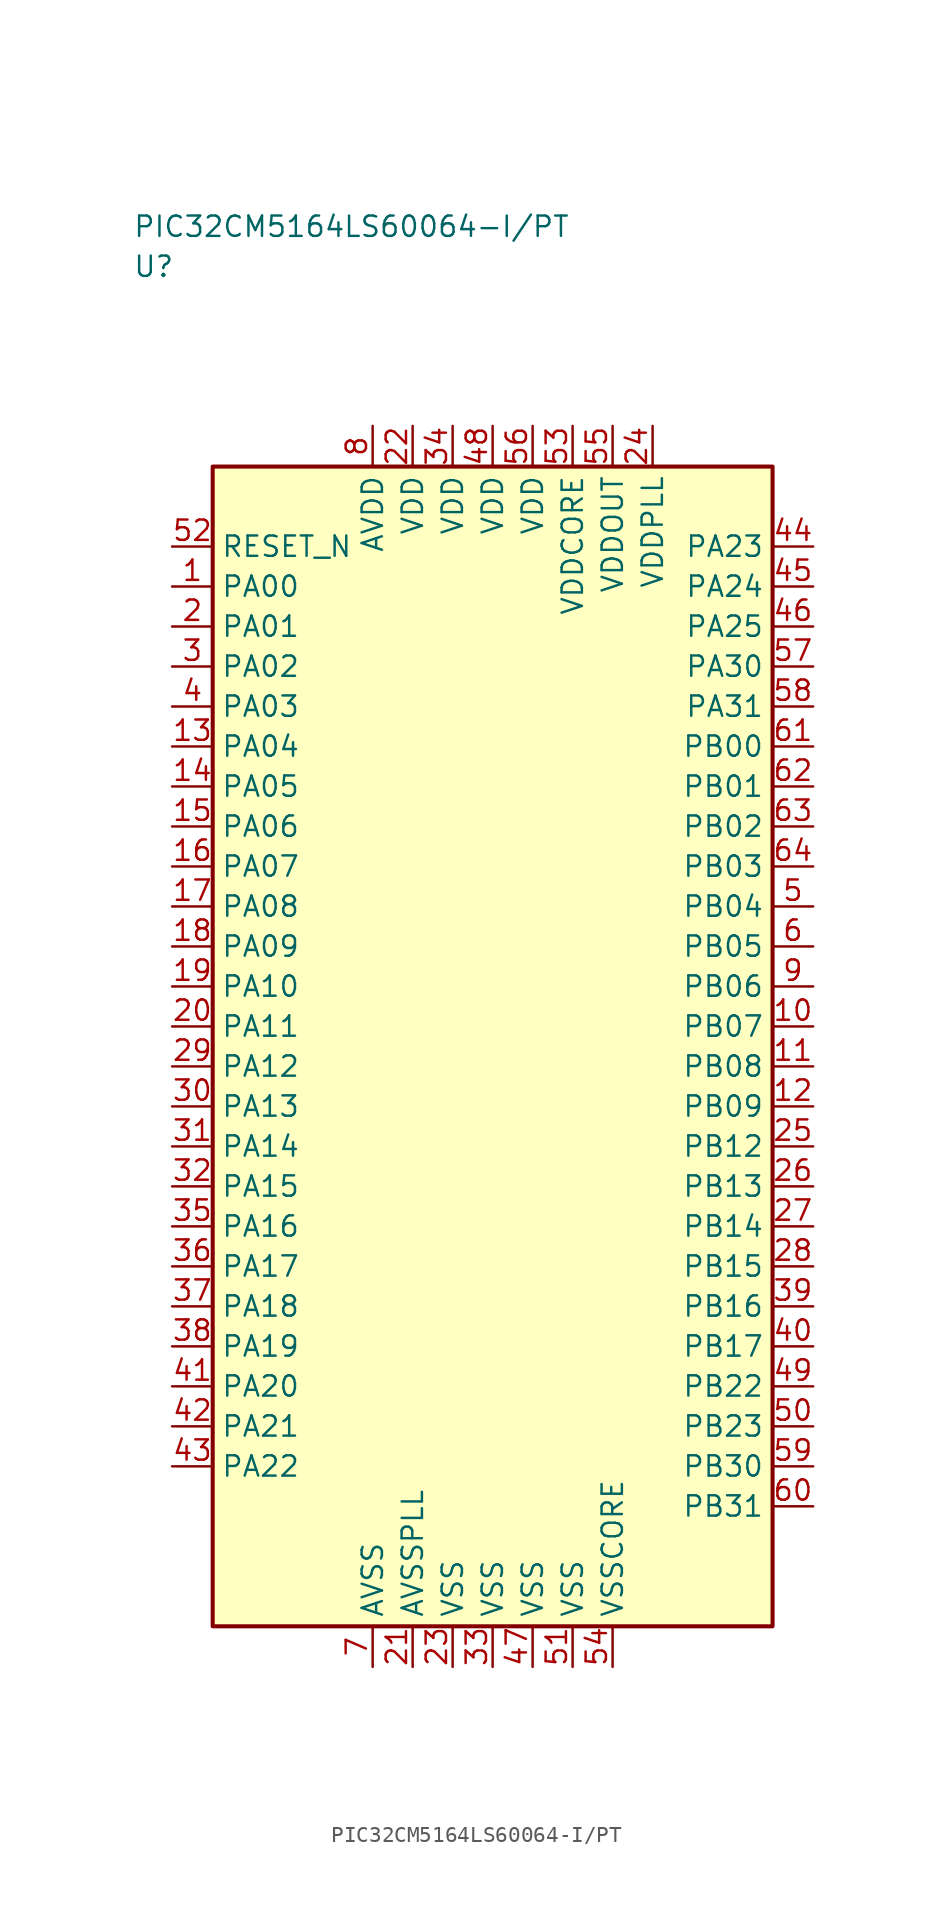
<source format=kicad_sym>
(kicad_symbol_lib
  (version 20241025)
  (generator "kicad_symbol_editor")
  (generator_version "8.0")
  (symbol "PIC32CM5164LS60064-I/PT"
    (property "Reference" "U"
      (at -22.5 48.75 0)
      (effects (font (size 1.27 1.27)) (justify left)))
    (property "Value" "PIC32CM5164LS60064-I/PT"
      (at -22.5 51.25 0)
      (effects (font (size 1.27 1.27)) (justify left)))
    (symbol "PIC32CM5164LS60064-I/PT_0_1"
      (rectangle (start -17.5 36.25) (end 17.5 -36.25) (stroke (width 0.254) (type default)) (fill (type background))))
    (symbol "PIC32CM5164LS60064-I/PT_1_1"
      (pin bidirectional line (at -20.04 28.75 0.0) (length 2.54) (name "PA00" (effects (font (size 1.27 1.27)))) (number "1" (effects (font (size 1.27 1.27)))))
      (pin bidirectional line (at -20.04 26.25 0.0) (length 2.54) (name "PA01" (effects (font (size 1.27 1.27)))) (number "2" (effects (font (size 1.27 1.27)))))
      (pin bidirectional line (at -20.04 23.75 0.0) (length 2.54) (name "PA02" (effects (font (size 1.27 1.27)))) (number "3" (effects (font (size 1.27 1.27)))))
      (pin bidirectional line (at -20.04 21.25 0.0) (length 2.54) (name "PA03" (effects (font (size 1.27 1.27)))) (number "4" (effects (font (size 1.27 1.27)))))
      (pin bidirectional line (at 20.04 8.75 180.0) (length 2.54) (name "PB04" (effects (font (size 1.27 1.27)))) (number "5" (effects (font (size 1.27 1.27)))))
      (pin bidirectional line (at 20.04 6.25 180.0) (length 2.54) (name "PB05" (effects (font (size 1.27 1.27)))) (number "6" (effects (font (size 1.27 1.27)))))
      (pin passive line (at -7.5 -38.79 90.0) (length 2.54) (name "AVSS" (effects (font (size 1.27 1.27)))) (number "7" (effects (font (size 1.27 1.27)))))
      (pin power_in line (at -7.5 38.79 270.0) (length 2.54) (name "AVDD" (effects (font (size 1.27 1.27)))) (number "8" (effects (font (size 1.27 1.27)))))
      (pin bidirectional line (at 20.04 3.75 180.0) (length 2.54) (name "PB06" (effects (font (size 1.27 1.27)))) (number "9" (effects (font (size 1.27 1.27)))))
      (pin bidirectional line (at 20.04 1.25 180.0) (length 2.54) (name "PB07" (effects (font (size 1.27 1.27)))) (number "10" (effects (font (size 1.27 1.27)))))
      (pin bidirectional line (at 20.04 -1.25 180.0) (length 2.54) (name "PB08" (effects (font (size 1.27 1.27)))) (number "11" (effects (font (size 1.27 1.27)))))
      (pin bidirectional line (at 20.04 -3.75 180.0) (length 2.54) (name "PB09" (effects (font (size 1.27 1.27)))) (number "12" (effects (font (size 1.27 1.27)))))
      (pin bidirectional line (at -20.04 18.75 0.0) (length 2.54) (name "PA04" (effects (font (size 1.27 1.27)))) (number "13" (effects (font (size 1.27 1.27)))))
      (pin bidirectional line (at -20.04 16.25 0.0) (length 2.54) (name "PA05" (effects (font (size 1.27 1.27)))) (number "14" (effects (font (size 1.27 1.27)))))
      (pin bidirectional line (at -20.04 13.75 0.0) (length 2.54) (name "PA06" (effects (font (size 1.27 1.27)))) (number "15" (effects (font (size 1.27 1.27)))))
      (pin bidirectional line (at -20.04 11.25 0.0) (length 2.54) (name "PA07" (effects (font (size 1.27 1.27)))) (number "16" (effects (font (size 1.27 1.27)))))
      (pin bidirectional line (at -20.04 8.75 0.0) (length 2.54) (name "PA08" (effects (font (size 1.27 1.27)))) (number "17" (effects (font (size 1.27 1.27)))))
      (pin bidirectional line (at -20.04 6.25 0.0) (length 2.54) (name "PA09" (effects (font (size 1.27 1.27)))) (number "18" (effects (font (size 1.27 1.27)))))
      (pin bidirectional line (at -20.04 3.75 0.0) (length 2.54) (name "PA10" (effects (font (size 1.27 1.27)))) (number "19" (effects (font (size 1.27 1.27)))))
      (pin bidirectional line (at -20.04 1.25 0.0) (length 2.54) (name "PA11" (effects (font (size 1.27 1.27)))) (number "20" (effects (font (size 1.27 1.27)))))
      (pin passive line (at -5.0 -38.79 90.0) (length 2.54) (name "AVSSPLL" (effects (font (size 1.27 1.27)))) (number "21" (effects (font (size 1.27 1.27)))))
      (pin power_in line (at -5.0 38.79 270.0) (length 2.54) (name "VDD" (effects (font (size 1.27 1.27)))) (number "22" (effects (font (size 1.27 1.27)))))
      (pin passive line (at -2.5 -38.79 90.0) (length 2.54) (name "VSS" (effects (font (size 1.27 1.27)))) (number "23" (effects (font (size 1.27 1.27)))))
      (pin power_in line (at 10.0 38.79 270.0) (length 2.54) (name "VDDPLL" (effects (font (size 1.27 1.27)))) (number "24" (effects (font (size 1.27 1.27)))))
      (pin bidirectional line (at 20.04 -6.25 180.0) (length 2.54) (name "PB12" (effects (font (size 1.27 1.27)))) (number "25" (effects (font (size 1.27 1.27)))))
      (pin bidirectional line (at 20.04 -8.75 180.0) (length 2.54) (name "PB13" (effects (font (size 1.27 1.27)))) (number "26" (effects (font (size 1.27 1.27)))))
      (pin bidirectional line (at 20.04 -11.25 180.0) (length 2.54) (name "PB14" (effects (font (size 1.27 1.27)))) (number "27" (effects (font (size 1.27 1.27)))))
      (pin bidirectional line (at 20.04 -13.75 180.0) (length 2.54) (name "PB15" (effects (font (size 1.27 1.27)))) (number "28" (effects (font (size 1.27 1.27)))))
      (pin bidirectional line (at -20.04 -1.25 0.0) (length 2.54) (name "PA12" (effects (font (size 1.27 1.27)))) (number "29" (effects (font (size 1.27 1.27)))))
      (pin bidirectional line (at -20.04 -3.75 0.0) (length 2.54) (name "PA13" (effects (font (size 1.27 1.27)))) (number "30" (effects (font (size 1.27 1.27)))))
      (pin bidirectional line (at -20.04 -6.25 0.0) (length 2.54) (name "PA14" (effects (font (size 1.27 1.27)))) (number "31" (effects (font (size 1.27 1.27)))))
      (pin bidirectional line (at -20.04 -8.75 0.0) (length 2.54) (name "PA15" (effects (font (size 1.27 1.27)))) (number "32" (effects (font (size 1.27 1.27)))))
      (pin passive line (at 0.0 -38.79 90.0) (length 2.54) (name "VSS" (effects (font (size 1.27 1.27)))) (number "33" (effects (font (size 1.27 1.27)))))
      (pin power_in line (at -2.5 38.79 270.0) (length 2.54) (name "VDD" (effects (font (size 1.27 1.27)))) (number "34" (effects (font (size 1.27 1.27)))))
      (pin bidirectional line (at -20.04 -11.25 0.0) (length 2.54) (name "PA16" (effects (font (size 1.27 1.27)))) (number "35" (effects (font (size 1.27 1.27)))))
      (pin bidirectional line (at -20.04 -13.75 0.0) (length 2.54) (name "PA17" (effects (font (size 1.27 1.27)))) (number "36" (effects (font (size 1.27 1.27)))))
      (pin bidirectional line (at -20.04 -16.25 0.0) (length 2.54) (name "PA18" (effects (font (size 1.27 1.27)))) (number "37" (effects (font (size 1.27 1.27)))))
      (pin bidirectional line (at -20.04 -18.75 0.0) (length 2.54) (name "PA19" (effects (font (size 1.27 1.27)))) (number "38" (effects (font (size 1.27 1.27)))))
      (pin bidirectional line (at 20.04 -16.25 180.0) (length 2.54) (name "PB16" (effects (font (size 1.27 1.27)))) (number "39" (effects (font (size 1.27 1.27)))))
      (pin bidirectional line (at 20.04 -18.75 180.0) (length 2.54) (name "PB17" (effects (font (size 1.27 1.27)))) (number "40" (effects (font (size 1.27 1.27)))))
      (pin bidirectional line (at -20.04 -21.25 0.0) (length 2.54) (name "PA20" (effects (font (size 1.27 1.27)))) (number "41" (effects (font (size 1.27 1.27)))))
      (pin bidirectional line (at -20.04 -23.75 0.0) (length 2.54) (name "PA21" (effects (font (size 1.27 1.27)))) (number "42" (effects (font (size 1.27 1.27)))))
      (pin bidirectional line (at -20.04 -26.25 0.0) (length 2.54) (name "PA22" (effects (font (size 1.27 1.27)))) (number "43" (effects (font (size 1.27 1.27)))))
      (pin bidirectional line (at 20.04 31.25 180.0) (length 2.54) (name "PA23" (effects (font (size 1.27 1.27)))) (number "44" (effects (font (size 1.27 1.27)))))
      (pin bidirectional line (at 20.04 28.75 180.0) (length 2.54) (name "PA24" (effects (font (size 1.27 1.27)))) (number "45" (effects (font (size 1.27 1.27)))))
      (pin bidirectional line (at 20.04 26.25 180.0) (length 2.54) (name "PA25" (effects (font (size 1.27 1.27)))) (number "46" (effects (font (size 1.27 1.27)))))
      (pin passive line (at 2.5 -38.79 90.0) (length 2.54) (name "VSS" (effects (font (size 1.27 1.27)))) (number "47" (effects (font (size 1.27 1.27)))))
      (pin power_in line (at 0.0 38.79 270.0) (length 2.54) (name "VDD" (effects (font (size 1.27 1.27)))) (number "48" (effects (font (size 1.27 1.27)))))
      (pin bidirectional line (at 20.04 -21.25 180.0) (length 2.54) (name "PB22" (effects (font (size 1.27 1.27)))) (number "49" (effects (font (size 1.27 1.27)))))
      (pin bidirectional line (at 20.04 -23.75 180.0) (length 2.54) (name "PB23" (effects (font (size 1.27 1.27)))) (number "50" (effects (font (size 1.27 1.27)))))
      (pin passive line (at 5.0 -38.79 90.0) (length 2.54) (name "VSS" (effects (font (size 1.27 1.27)))) (number "51" (effects (font (size 1.27 1.27)))))
      (pin input line (at -20.04 31.25 0.0) (length 2.54) (name "RESET_N" (effects (font (size 1.27 1.27)))) (number "52" (effects (font (size 1.27 1.27)))))
      (pin power_in line (at 5.0 38.79 270.0) (length 2.54) (name "VDDCORE" (effects (font (size 1.27 1.27)))) (number "53" (effects (font (size 1.27 1.27)))))
      (pin passive line (at 7.5 -38.79 90.0) (length 2.54) (name "VSSCORE" (effects (font (size 1.27 1.27)))) (number "54" (effects (font (size 1.27 1.27)))))
      (pin power_in line (at 7.5 38.79 270.0) (length 2.54) (name "VDDOUT" (effects (font (size 1.27 1.27)))) (number "55" (effects (font (size 1.27 1.27)))))
      (pin power_in line (at 2.5 38.79 270.0) (length 2.54) (name "VDD" (effects (font (size 1.27 1.27)))) (number "56" (effects (font (size 1.27 1.27)))))
      (pin bidirectional line (at 20.04 23.75 180.0) (length 2.54) (name "PA30" (effects (font (size 1.27 1.27)))) (number "57" (effects (font (size 1.27 1.27)))))
      (pin bidirectional line (at 20.04 21.25 180.0) (length 2.54) (name "PA31" (effects (font (size 1.27 1.27)))) (number "58" (effects (font (size 1.27 1.27)))))
      (pin bidirectional line (at 20.04 -26.25 180.0) (length 2.54) (name "PB30" (effects (font (size 1.27 1.27)))) (number "59" (effects (font (size 1.27 1.27)))))
      (pin bidirectional line (at 20.04 -28.75 180.0) (length 2.54) (name "PB31" (effects (font (size 1.27 1.27)))) (number "60" (effects (font (size 1.27 1.27)))))
      (pin bidirectional line (at 20.04 18.75 180.0) (length 2.54) (name "PB00" (effects (font (size 1.27 1.27)))) (number "61" (effects (font (size 1.27 1.27)))))
      (pin bidirectional line (at 20.04 16.25 180.0) (length 2.54) (name "PB01" (effects (font (size 1.27 1.27)))) (number "62" (effects (font (size 1.27 1.27)))))
      (pin bidirectional line (at 20.04 13.75 180.0) (length 2.54) (name "PB02" (effects (font (size 1.27 1.27)))) (number "63" (effects (font (size 1.27 1.27)))))
      (pin bidirectional line (at 20.04 11.25 180.0) (length 2.54) (name "PB03" (effects (font (size 1.27 1.27)))) (number "64" (effects (font (size 1.27 1.27))))))))
</source>
